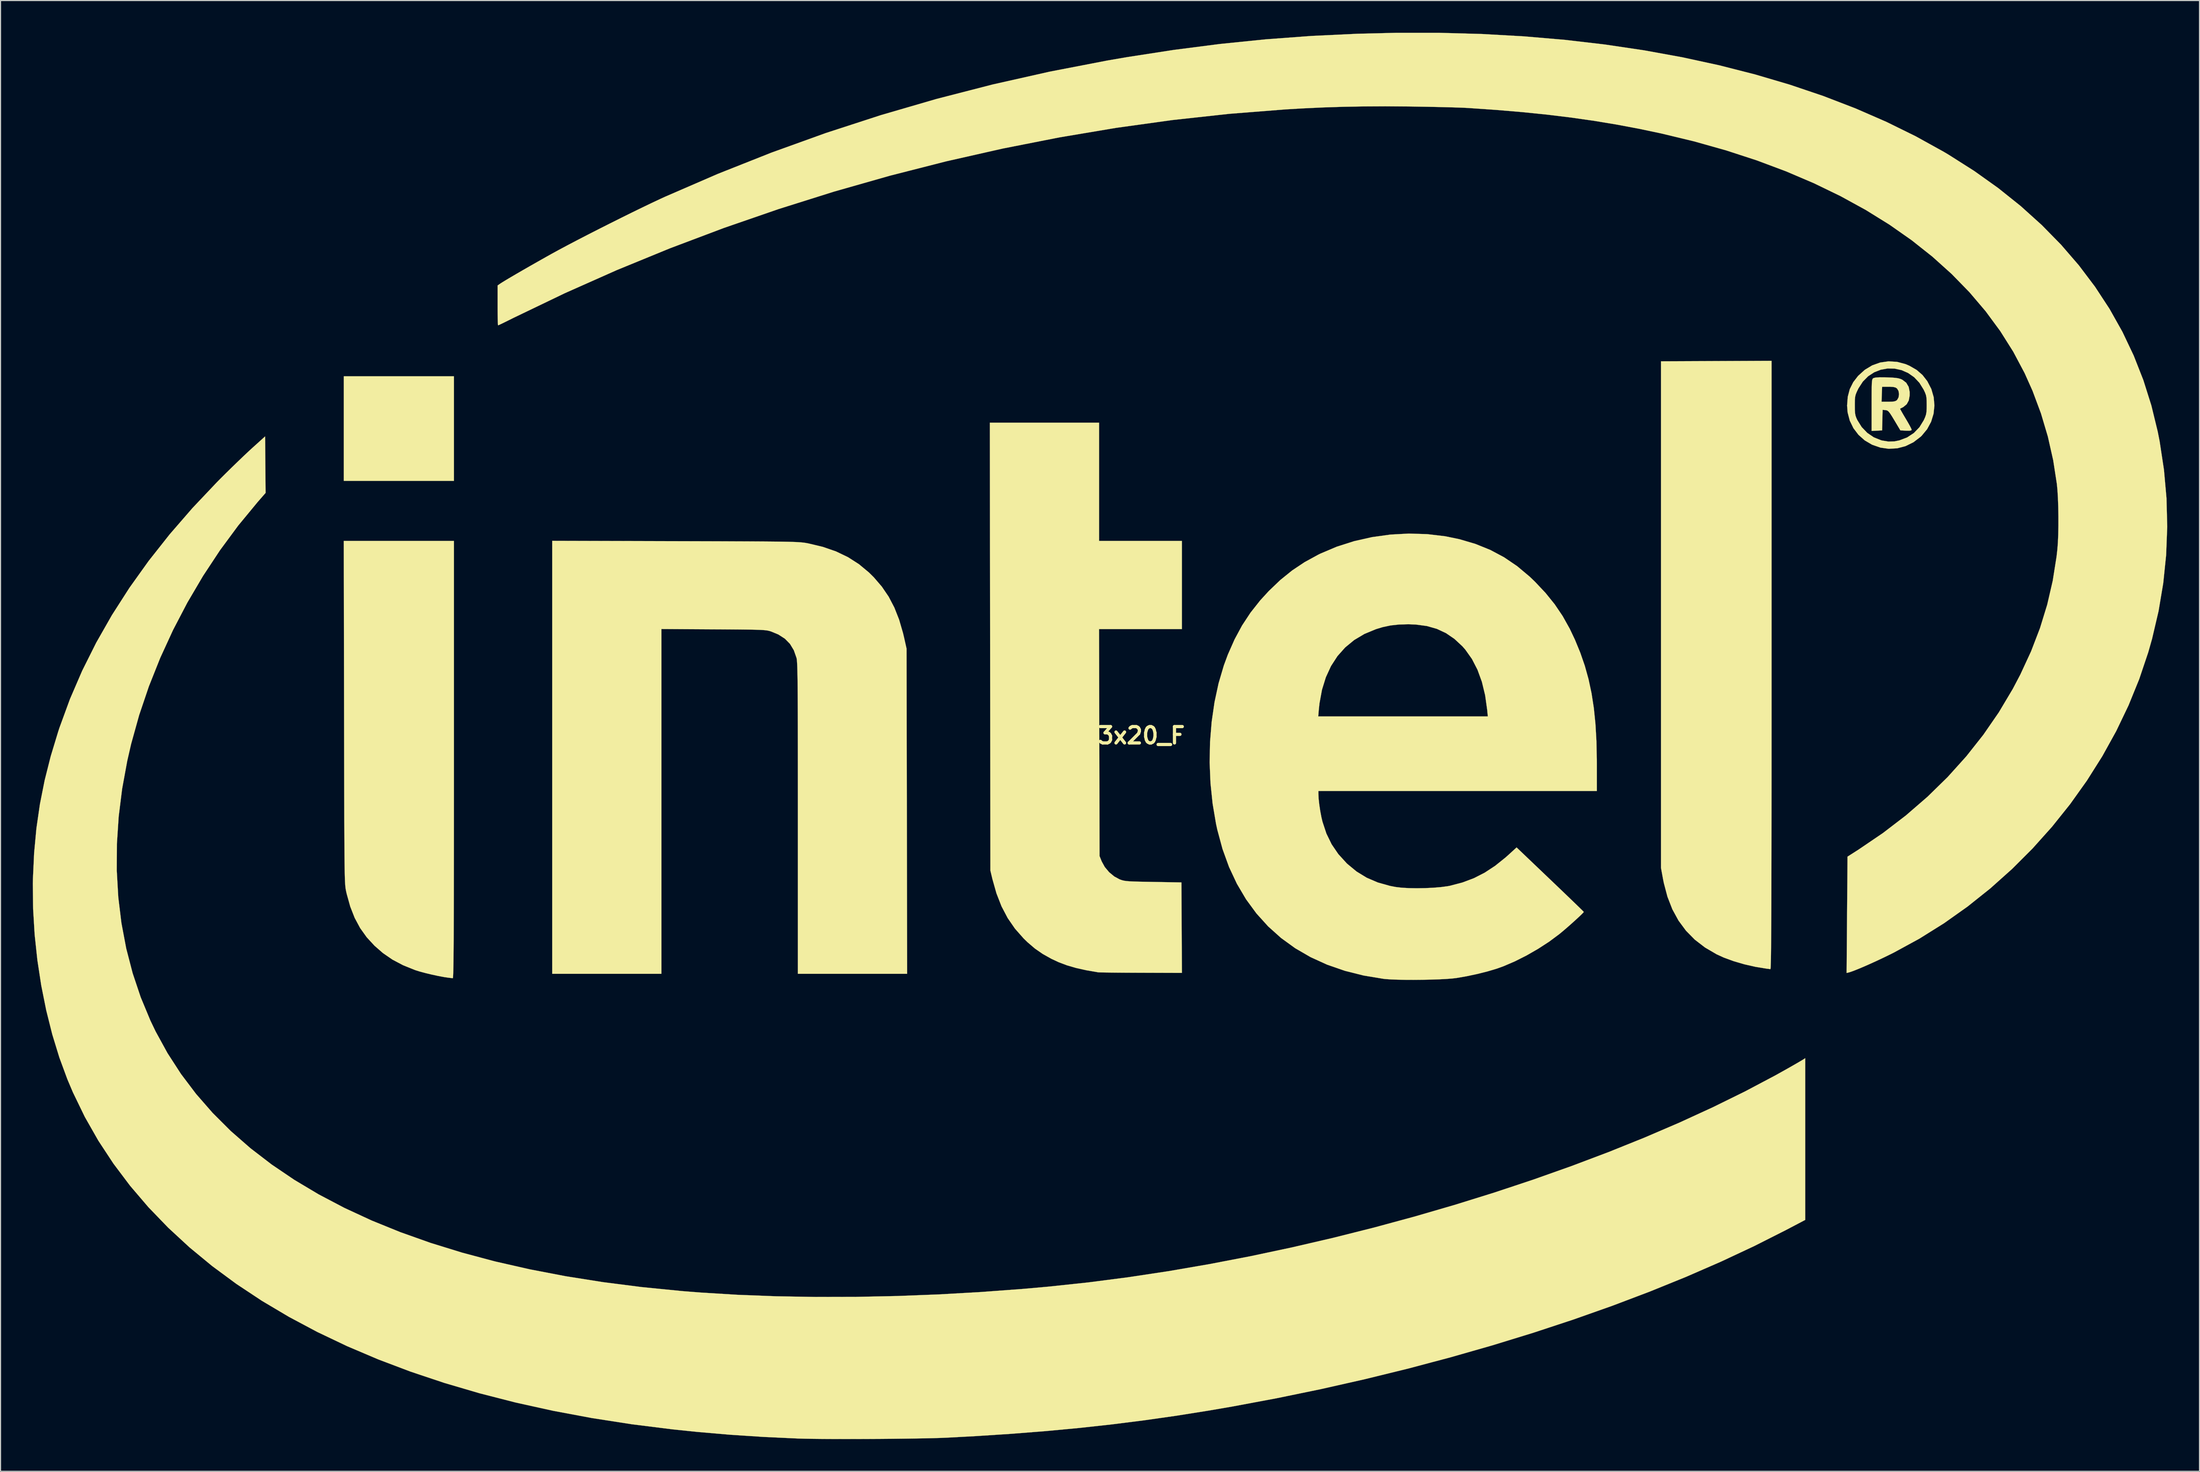
<source format=kicad_pcb>
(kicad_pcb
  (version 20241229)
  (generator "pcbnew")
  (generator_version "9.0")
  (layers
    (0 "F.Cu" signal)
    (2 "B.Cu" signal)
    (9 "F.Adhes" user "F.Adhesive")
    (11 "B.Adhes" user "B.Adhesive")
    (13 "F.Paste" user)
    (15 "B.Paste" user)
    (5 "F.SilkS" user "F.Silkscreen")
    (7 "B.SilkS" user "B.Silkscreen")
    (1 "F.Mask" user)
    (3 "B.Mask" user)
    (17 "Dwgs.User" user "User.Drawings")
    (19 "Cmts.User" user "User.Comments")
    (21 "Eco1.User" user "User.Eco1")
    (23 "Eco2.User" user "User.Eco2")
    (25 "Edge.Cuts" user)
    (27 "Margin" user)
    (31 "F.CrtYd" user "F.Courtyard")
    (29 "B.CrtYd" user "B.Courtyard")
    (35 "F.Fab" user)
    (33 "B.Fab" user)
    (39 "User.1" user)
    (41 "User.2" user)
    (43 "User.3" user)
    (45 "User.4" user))
  (footprint "intel_13x20_F"
    (layer "F.Cu")
    (at 99.299 65.424)
    (property "Reference" "intel_13x20_F" (at 0 0 0) (layer "F.SilkS") (effects (font (size 1.524 1.524) (thickness 0.3))))
    (attr through_hole)
    (fp_poly (pts (xy -60.113 -23.707) (xy -70.358 -23.707) (xy -70.358 -33.443) (xy -60.113 -33.443) (xy -60.113 -23.707)) (stroke (width 0.01) (type solid)) (fill yes) (layer "F.SilkS"))
    (fp_poly (pts (xy 62.484 -6.562) (xy 62.484 -3.874) (xy 62.484 -1.351) (xy 62.483 1.012) (xy 62.482 3.219) (xy 62.481 5.276) (xy 62.48 7.186) (xy 62.478 8.954) (xy 62.476 10.585) (xy 62.473 12.083) (xy 62.47 13.453) (xy 62.467 14.699) (xy 62.464 15.827) (xy 62.46 16.84) (xy 62.455 17.743) (xy 62.45 18.541) (xy 62.445 19.238) (xy 62.439 19.839) (xy 62.433 20.349) (xy 62.426 20.771) (xy 62.418 21.112) (xy 62.41 21.374) (xy 62.402 21.564) (xy 62.393 21.684) (xy 62.383 21.741) (xy 62.378 21.747) (xy 62.221 21.727) (xy 62.018 21.702) (xy 60.99 21.534) (xy 59.956 21.299) (xy 58.961 21.008) (xy 58.051 20.675) (xy 57.374 20.366) (xy 56.293 19.733) (xy 55.344 19.003) (xy 54.524 18.17) (xy 53.829 17.23) (xy 53.255 16.178) (xy 52.799 15.008) (xy 52.458 13.716) (xy 52.383 13.335) (xy 52.197 12.319) (xy 52.197 -34.84) (xy 57.34 -34.862) (xy 62.484 -34.884) (xy 62.484 -6.562)) (stroke (width 0.01) (type solid)) (fill yes) (layer "F.SilkS"))
    (fp_poly (pts (xy -0.085 -18.119) (xy 7.62 -18.119) (xy 7.62 -9.906) (xy -0.088 -9.906) (xy -0.065 0.656) (xy -0.042 11.218) (xy 0.16 11.72) (xy 0.446 12.242) (xy 0.851 12.724) (xy 1.331 13.122) (xy 1.82 13.386) (xy 1.971 13.442) (xy 2.119 13.487) (xy 2.285 13.522) (xy 2.491 13.55) (xy 2.758 13.571) (xy 3.107 13.588) (xy 3.559 13.602) (xy 4.136 13.614) (xy 4.858 13.627) (xy 4.953 13.629) (xy 7.578 13.674) (xy 7.6 17.886) (xy 7.622 22.098) (xy 3.832 22.086) (xy 3.04 22.083) (xy 2.294 22.079) (xy 1.614 22.074) (xy 1.017 22.068) (xy 0.521 22.062) (xy 0.145 22.055) (xy -0.093 22.048) (xy -0.169 22.043) (xy -1.263 21.855) (xy -2.219 21.642) (xy -3.069 21.395) (xy -3.844 21.103) (xy -4.518 20.789) (xy -5.331 20.333) (xy -6.054 19.832) (xy -6.745 19.241) (xy -7.112 18.884) (xy -7.909 17.981) (xy -8.59 16.993) (xy -9.162 15.903) (xy -9.633 14.697) (xy -10.011 13.36) (xy -10.013 13.351) (xy -10.198 12.573) (xy -10.223 -8.276) (xy -10.247 -29.125) (xy -0.085 -29.125) (xy -0.085 -18.119)) (stroke (width 0.01) (type solid)) (fill yes) (layer "F.SilkS"))
    (fp_poly (pts (xy -60.113 2.244) (xy -60.113 4.511) (xy -60.114 6.614) (xy -60.115 8.559) (xy -60.116 10.35) (xy -60.118 11.994) (xy -60.12 13.495) (xy -60.122 14.859) (xy -60.125 16.092) (xy -60.129 17.198) (xy -60.133 18.184) (xy -60.138 19.054) (xy -60.143 19.814) (xy -60.149 20.47) (xy -60.155 21.026) (xy -60.163 21.488) (xy -60.171 21.861) (xy -60.18 22.152) (xy -60.189 22.364) (xy -60.199 22.505) (xy -60.211 22.578) (xy -60.219 22.592) (xy -60.371 22.574) (xy -60.6 22.548) (xy -60.621 22.546) (xy -61.06 22.481) (xy -61.603 22.378) (xy -62.197 22.249) (xy -62.787 22.107) (xy -63.317 21.964) (xy -63.72 21.837) (xy -64.841 21.386) (xy -65.831 20.863) (xy -66.723 20.249) (xy -67.499 19.572) (xy -68.228 18.781) (xy -68.84 17.924) (xy -69.347 16.979) (xy -69.76 15.926) (xy -70.09 14.742) (xy -70.129 14.569) (xy -70.151 14.469) (xy -70.171 14.37) (xy -70.189 14.264) (xy -70.205 14.143) (xy -70.22 14) (xy -70.234 13.827) (xy -70.246 13.617) (xy -70.257 13.363) (xy -70.267 13.057) (xy -70.275 12.691) (xy -70.283 12.258) (xy -70.29 11.751) (xy -70.296 11.162) (xy -70.301 10.483) (xy -70.306 9.707) (xy -70.31 8.827) (xy -70.314 7.834) (xy -70.317 6.723) (xy -70.321 5.484) (xy -70.324 4.111) (xy -70.327 2.596) (xy -70.33 0.932) (xy -70.333 -0.89) (xy -70.335 -2.18) (xy -70.361 -18.119) (xy -60.113 -18.119) (xy -60.113 2.244)) (stroke (width 0.01) (type solid)) (fill yes) (layer "F.SilkS"))
    (fp_poly (pts (xy 73.054 -33.347) (xy 73.228 -33.342) (xy 73.703 -33.322) (xy 74.047 -33.293) (xy 74.3 -33.252) (xy 74.501 -33.19) (xy 74.662 -33.115) (xy 75.015 -32.843) (xy 75.242 -32.46) (xy 75.339 -31.973) (xy 75.336 -31.652) (xy 75.252 -31.193) (xy 75.061 -30.845) (xy 74.741 -30.578) (xy 74.44 -30.427) (xy 74.472 -30.356) (xy 74.576 -30.167) (xy 74.736 -29.888) (xy 74.938 -29.547) (xy 74.969 -29.496) (xy 75.179 -29.138) (xy 75.353 -28.827) (xy 75.473 -28.594) (xy 75.522 -28.47) (xy 75.523 -28.465) (xy 75.472 -28.403) (xy 75.304 -28.376) (xy 74.998 -28.38) (xy 74.473 -28.406) (xy 73.918 -29.337) (xy 73.684 -29.724) (xy 73.513 -29.988) (xy 73.383 -30.153) (xy 73.273 -30.244) (xy 73.163 -30.284) (xy 73.091 -30.295) (xy 72.819 -30.321) (xy 72.795 -29.363) (xy 72.771 -28.406) (xy 72.284 -28.38) (xy 71.797 -28.355) (xy 71.797 -30.769) (xy 71.797 -31.073) (xy 72.722 -31.073) (xy 73.36 -31.073) (xy 73.711 -31.081) (xy 73.938 -31.112) (xy 74.087 -31.175) (xy 74.168 -31.242) (xy 74.301 -31.477) (xy 74.344 -31.78) (xy 74.298 -32.079) (xy 74.162 -32.305) (xy 74.159 -32.308) (xy 74.018 -32.399) (xy 73.815 -32.45) (xy 73.506 -32.469) (xy 73.376 -32.47) (xy 72.771 -32.47) (xy 72.722 -31.073) (xy 71.797 -31.073) (xy 71.798 -31.471) (xy 71.8 -32.023) (xy 71.804 -32.443) (xy 71.813 -32.751) (xy 71.828 -32.966) (xy 71.85 -33.107) (xy 71.88 -33.193) (xy 71.921 -33.244) (xy 71.972 -33.277) (xy 71.979 -33.281) (xy 72.173 -33.327) (xy 72.532 -33.35) (xy 73.054 -33.347)) (stroke (width 0.01) (type solid)) (fill yes) (layer "F.SilkS"))
    (fp_poly (pts (xy -39.518 -18.095) (xy -37.894 -18.091) (xy -36.431 -18.087) (xy -35.118 -18.083) (xy -33.948 -18.078) (xy -32.911 -18.074) (xy -31.997 -18.069) (xy -31.198 -18.064) (xy -30.505 -18.058) (xy -29.908 -18.052) (xy -29.398 -18.044) (xy -28.967 -18.035) (xy -28.605 -18.025) (xy -28.303 -18.014) (xy -28.052 -18) (xy -27.843 -17.985) (xy -27.666 -17.969) (xy -27.514 -17.95) (xy -27.375 -17.929) (xy -27.243 -17.905) (xy -27.136 -17.885) (xy -25.786 -17.563) (xy -24.562 -17.139) (xy -23.449 -16.605) (xy -22.432 -15.954) (xy -21.497 -15.178) (xy -21.039 -14.724) (xy -20.297 -13.859) (xy -19.665 -12.929) (xy -19.134 -11.913) (xy -18.691 -10.79) (xy -18.327 -9.538) (xy -18.224 -9.102) (xy -17.997 -8.086) (xy -17.971 7.048) (xy -17.945 22.183) (xy -28.109 22.183) (xy -28.109 7.722) (xy -28.109 5.861) (xy -28.11 4.162) (xy -28.111 2.617) (xy -28.112 1.219) (xy -28.114 -0.04) (xy -28.116 -1.166) (xy -28.119 -2.168) (xy -28.123 -3.053) (xy -28.128 -3.829) (xy -28.133 -4.502) (xy -28.139 -5.08) (xy -28.147 -5.572) (xy -28.155 -5.983) (xy -28.164 -6.323) (xy -28.175 -6.597) (xy -28.187 -6.815) (xy -28.2 -6.982) (xy -28.214 -7.107) (xy -28.23 -7.197) (xy -28.236 -7.224) (xy -28.488 -7.94) (xy -28.847 -8.534) (xy -29.323 -9.018) (xy -29.929 -9.407) (xy -30.589 -9.681) (xy -30.706 -9.719) (xy -30.826 -9.751) (xy -30.963 -9.779) (xy -31.131 -9.801) (xy -31.345 -9.82) (xy -31.619 -9.835) (xy -31.967 -9.847) (xy -32.405 -9.857) (xy -32.945 -9.865) (xy -33.603 -9.872) (xy -34.394 -9.878) (xy -35.33 -9.884) (xy -35.962 -9.887) (xy -40.809 -9.915) (xy -40.809 22.183) (xy -50.969 22.183) (xy -50.969 -18.126) (xy -39.518 -18.095)) (stroke (width 0.01) (type solid)) (fill yes) (layer "F.SilkS"))
    (fp_poly (pts (xy 74.162 -34.788) (xy 74.953 -34.577) (xy 75.311 -34.424) (xy 75.983 -34.036) (xy 76.529 -33.563) (xy 76.977 -32.987) (xy 77.351 -32.262) (xy 77.571 -31.5) (xy 77.639 -30.723) (xy 77.558 -29.953) (xy 77.332 -29.212) (xy 76.961 -28.522) (xy 76.45 -27.904) (xy 76.355 -27.814) (xy 75.689 -27.305) (xy 74.96 -26.946) (xy 74.186 -26.74) (xy 73.387 -26.694) (xy 72.613 -26.804) (xy 71.84 -27.073) (xy 71.155 -27.476) (xy 70.572 -27.995) (xy 70.103 -28.613) (xy 69.762 -29.314) (xy 69.562 -30.08) (xy 69.513 -30.722) (xy 69.515 -30.738) (xy 70.232 -30.738) (xy 70.236 -30.318) (xy 70.255 -30.018) (xy 70.297 -29.786) (xy 70.371 -29.573) (xy 70.468 -29.363) (xy 70.872 -28.716) (xy 71.389 -28.177) (xy 71.998 -27.762) (xy 72.676 -27.489) (xy 72.771 -27.465) (xy 73.366 -27.367) (xy 73.928 -27.386) (xy 74.383 -27.479) (xy 75.097 -27.749) (xy 75.722 -28.159) (xy 76.243 -28.697) (xy 76.645 -29.35) (xy 76.651 -29.362) (xy 76.777 -29.643) (xy 76.856 -29.877) (xy 76.899 -30.12) (xy 76.917 -30.429) (xy 76.92 -30.778) (xy 76.915 -31.181) (xy 76.895 -31.471) (xy 76.849 -31.702) (xy 76.764 -31.931) (xy 76.638 -32.199) (xy 76.239 -32.842) (xy 75.749 -33.36) (xy 75.19 -33.751) (xy 74.58 -34.017) (xy 73.939 -34.157) (xy 73.288 -34.17) (xy 72.647 -34.056) (xy 72.035 -33.816) (xy 71.473 -33.448) (xy 70.98 -32.952) (xy 70.576 -32.329) (xy 70.55 -32.278) (xy 70.407 -31.979) (xy 70.314 -31.745) (xy 70.262 -31.524) (xy 70.238 -31.26) (xy 70.232 -30.9) (xy 70.232 -30.738) (xy 69.515 -30.738) (xy 69.575 -31.535) (xy 69.763 -32.25) (xy 70.085 -32.895) (xy 70.534 -33.477) (xy 71.158 -34.043) (xy 71.85 -34.461) (xy 72.593 -34.726) (xy 73.369 -34.836) (xy 74.162 -34.788)) (stroke (width 0.01) (type solid)) (fill yes) (layer "F.SilkS"))
    (fp_poly (pts (xy 30.446 -18.749) (xy 32.119 -18.551) (xy 33.43 -18.281) (xy 34.924 -17.841) (xy 36.306 -17.283) (xy 37.597 -16.595) (xy 38.815 -15.768) (xy 39.981 -14.79) (xy 40.479 -14.312) (xy 41.461 -13.268) (xy 42.307 -12.219) (xy 43.047 -11.123) (xy 43.709 -9.938) (xy 44.191 -8.921) (xy 44.689 -7.71) (xy 45.111 -6.49) (xy 45.458 -5.239) (xy 45.736 -3.936) (xy 45.949 -2.56) (xy 46.099 -1.091) (xy 46.19 0.494) (xy 46.227 2.215) (xy 46.228 2.596) (xy 46.228 5.165) (xy 20.32 5.165) (xy 20.321 5.44) (xy 20.343 5.885) (xy 20.404 6.432) (xy 20.493 7.024) (xy 20.601 7.598) (xy 20.702 8.025) (xy 21.068 9.132) (xy 21.556 10.13) (xy 22.178 11.041) (xy 22.946 11.885) (xy 23.014 11.95) (xy 23.874 12.661) (xy 24.814 13.236) (xy 25.847 13.68) (xy 26.985 13.999) (xy 27.514 14.101) (xy 28.066 14.166) (xy 28.739 14.205) (xy 29.489 14.217) (xy 30.271 14.204) (xy 31.04 14.167) (xy 31.75 14.107) (xy 32.357 14.025) (xy 32.578 13.982) (xy 33.726 13.68) (xy 34.787 13.281) (xy 35.79 12.769) (xy 36.765 12.129) (xy 37.741 11.345) (xy 38.055 11.064) (xy 38.762 10.417) (xy 41.881 13.394) (xy 42.487 13.973) (xy 43.055 14.517) (xy 43.573 15.014) (xy 44.029 15.454) (xy 44.413 15.825) (xy 44.711 16.115) (xy 44.914 16.315) (xy 45.009 16.412) (xy 45.014 16.419) (xy 44.96 16.493) (xy 44.8 16.657) (xy 44.556 16.889) (xy 44.252 17.17) (xy 43.91 17.479) (xy 43.552 17.796) (xy 43.201 18.099) (xy 42.88 18.369) (xy 42.714 18.504) (xy 41.788 19.192) (xy 40.764 19.857) (xy 39.687 20.476) (xy 38.599 21.024) (xy 37.545 21.477) (xy 36.915 21.704) (xy 36.063 21.958) (xy 35.104 22.199) (xy 34.102 22.412) (xy 33.173 22.573) (xy 32.744 22.623) (xy 32.179 22.665) (xy 31.508 22.699) (xy 30.765 22.723) (xy 29.981 22.739) (xy 29.188 22.746) (xy 28.419 22.743) (xy 27.706 22.729) (xy 27.08 22.706) (xy 26.575 22.671) (xy 26.388 22.651) (xy 24.53 22.343) (xy 22.776 21.902) (xy 21.13 21.331) (xy 19.592 20.63) (xy 18.163 19.801) (xy 16.847 18.847) (xy 15.645 17.768) (xy 14.558 16.566) (xy 13.588 15.243) (xy 12.737 13.8) (xy 12.006 12.24) (xy 11.399 10.563) (xy 10.916 8.772) (xy 10.796 8.22) (xy 10.479 6.342) (xy 10.281 4.432) (xy 10.202 2.51) (xy 10.239 0.598) (xy 10.391 -1.283) (xy 10.463 -1.778) (xy 20.306 -1.778) (xy 36.085 -1.778) (xy 36.026 -2.392) (xy 35.835 -3.751) (xy 35.534 -4.997) (xy 35.124 -6.124) (xy 34.608 -7.127) (xy 33.988 -8.002) (xy 33.712 -8.314) (xy 32.977 -8.997) (xy 32.192 -9.534) (xy 31.341 -9.931) (xy 30.407 -10.196) (xy 29.376 -10.333) (xy 28.702 -10.358) (xy 27.824 -10.335) (xy 27.045 -10.25) (xy 26.304 -10.093) (xy 25.671 -9.901) (xy 24.603 -9.458) (xy 23.649 -8.89) (xy 22.813 -8.201) (xy 22.094 -7.393) (xy 21.494 -6.467) (xy 21.015 -5.425) (xy 20.657 -4.269) (xy 20.424 -3.002) (xy 20.363 -2.434) (xy 20.306 -1.778) (xy 10.463 -1.778) (xy 10.656 -3.111) (xy 11.034 -4.866) (xy 11.523 -6.525) (xy 11.895 -7.532) (xy 12.523 -8.953) (xy 13.219 -10.245) (xy 14.007 -11.442) (xy 14.906 -12.58) (xy 15.704 -13.451) (xy 16.776 -14.477) (xy 17.873 -15.364) (xy 19.035 -16.14) (xy 20.304 -16.835) (xy 20.507 -16.935) (xy 22.036 -17.583) (xy 23.647 -18.096) (xy 25.316 -18.472) (xy 27.021 -18.708) (xy 28.739 -18.801) (xy 30.446 -18.749)) (stroke (width 0.01) (type solid)) (fill yes) (layer "F.SilkS"))
    (fp_poly (pts (xy -77.637 -22.586) (xy -78.385 -21.728) (xy -80.183 -19.548) (xy -81.876 -17.253) (xy -83.456 -14.858) (xy -84.915 -12.378) (xy -86.246 -9.828) (xy -87.443 -7.221) (xy -88.497 -4.574) (xy -89.401 -1.9) (xy -90.148 0.786) (xy -90.508 2.354) (xy -90.984 4.957) (xy -91.305 7.535) (xy -91.472 10.08) (xy -91.484 12.587) (xy -91.343 15.052) (xy -91.049 17.467) (xy -90.603 19.829) (xy -90.005 22.13) (xy -89.256 24.366) (xy -88.356 26.532) (xy -87.868 27.55) (xy -86.761 29.57) (xy -85.508 31.508) (xy -84.108 33.362) (xy -82.563 35.133) (xy -80.874 36.82) (xy -79.042 38.422) (xy -77.068 39.939) (xy -74.952 41.371) (xy -72.696 42.717) (xy -70.301 43.976) (xy -67.767 45.149) (xy -65.096 46.234) (xy -62.289 47.232) (xy -59.346 48.141) (xy -56.269 48.962) (xy -53.058 49.693) (xy -49.715 50.335) (xy -46.24 50.886) (xy -42.635 51.347) (xy -38.9 51.717) (xy -37.169 51.854) (xy -33.734 52.064) (xy -30.166 52.201) (xy -26.487 52.266) (xy -22.715 52.258) (xy -18.87 52.178) (xy -14.975 52.027) (xy -11.047 51.804) (xy -7.108 51.511) (xy -4.784 51.304) (xy -1.114 50.914) (xy 2.613 50.432) (xy 6.384 49.862) (xy 10.187 49.206) (xy 14.01 48.47) (xy 17.842 47.655) (xy 21.669 46.767) (xy 25.48 45.808) (xy 29.262 44.782) (xy 33.004 43.693) (xy 36.693 42.545) (xy 40.317 41.34) (xy 43.863 40.082) (xy 47.321 38.776) (xy 50.677 37.424) (xy 53.919 36.031) (xy 57.035 34.599) (xy 60.014 33.133) (xy 62.842 31.636) (xy 63.966 31.008) (xy 64.397 30.762) (xy 64.789 30.537) (xy 65.112 30.349) (xy 65.338 30.216) (xy 65.426 30.162) (xy 65.617 30.037) (xy 65.617 45.094) (xy 63.804 46.047) (xy 60.863 47.533) (xy 57.766 48.984) (xy 54.525 50.397) (xy 51.148 51.768) (xy 47.647 53.095) (xy 44.032 54.373) (xy 40.314 55.6) (xy 36.504 56.772) (xy 32.611 57.886) (xy 28.647 58.939) (xy 24.621 59.927) (xy 20.545 60.848) (xy 16.428 61.697) (xy 12.283 62.472) (xy 10.033 62.858) (xy 7.054 63.331) (xy 4.082 63.754) (xy 1.091 64.131) (xy -1.945 64.463) (xy -5.05 64.754) (xy -8.251 65.006) (xy -11.573 65.222) (xy -14.266 65.366) (xy -14.822 65.389) (xy -15.525 65.41) (xy -16.353 65.428) (xy -17.284 65.445) (xy -18.296 65.459) (xy -19.367 65.471) (xy -20.473 65.48) (xy -21.595 65.486) (xy -22.708 65.49) (xy -23.792 65.491) (xy -24.823 65.489) (xy -25.78 65.484) (xy -26.641 65.475) (xy -27.383 65.464) (xy -27.985 65.448) (xy -28.109 65.444) (xy -31.311 65.296) (xy -34.411 65.093) (xy -37.468 64.83) (xy -39.751 64.594) (xy -43.569 64.116) (xy -47.279 63.539) (xy -50.879 62.865) (xy -54.366 62.095) (xy -57.739 61.23) (xy -60.996 60.272) (xy -64.135 59.222) (xy -67.153 58.08) (xy -70.048 56.849) (xy -72.818 55.529) (xy -75.461 54.121) (xy -77.976 52.628) (xy -80.359 51.049) (xy -82.61 49.387) (xy -84.724 47.642) (xy -86.702 45.815) (xy -88.54 43.909) (xy -90.237 41.923) (xy -91.789 39.86) (xy -93.196 37.721) (xy -94.456 35.506) (xy -95.565 33.217) (xy -96.079 32.004) (xy -96.826 29.977) (xy -97.484 27.829) (xy -98.046 25.586) (xy -98.51 23.271) (xy -98.871 20.911) (xy -99.125 18.53) (xy -99.267 16.153) (xy -99.294 13.805) (xy -99.285 13.335) (xy -99.174 10.935) (xy -98.96 8.632) (xy -98.635 6.389) (xy -98.194 4.167) (xy -97.63 1.928) (xy -96.935 -0.365) (xy -96.819 -0.72) (xy -95.84 -3.395) (xy -94.701 -6.035) (xy -93.399 -8.64) (xy -91.935 -11.211) (xy -90.308 -13.749) (xy -88.517 -16.256) (xy -86.56 -18.733) (xy -84.438 -21.181) (xy -82.15 -23.6) (xy -81.873 -23.88) (xy -81.344 -24.407) (xy -80.785 -24.956) (xy -80.227 -25.497) (xy -79.699 -26.003) (xy -79.232 -26.444) (xy -78.867 -26.779) (xy -77.682 -27.848) (xy -77.637 -22.586)) (stroke (width 0.01) (type solid)) (fill yes) (layer "F.SilkS"))
    (fp_poly (pts (xy 35.528 -65.31) (xy 39.423 -65.092) (xy 43.238 -64.766) (xy 46.968 -64.332) (xy 50.609 -63.792) (xy 54.154 -63.147) (xy 57.6 -62.399) (xy 60.941 -61.547) (xy 64.172 -60.594) (xy 67.289 -59.54) (xy 70.286 -58.386) (xy 73.158 -57.135) (xy 75.901 -55.785) (xy 78.51 -54.34) (xy 78.952 -54.077) (xy 81.34 -52.56) (xy 83.582 -50.961) (xy 85.678 -49.282) (xy 87.626 -47.524) (xy 89.426 -45.688) (xy 91.077 -43.775) (xy 92.579 -41.785) (xy 93.931 -39.721) (xy 95.132 -37.582) (xy 96.182 -35.369) (xy 97.08 -33.084) (xy 97.824 -30.728) (xy 98.415 -28.3) (xy 98.594 -27.39) (xy 98.997 -24.737) (xy 99.233 -22.086) (xy 99.3 -19.44) (xy 99.199 -16.805) (xy 98.93 -14.185) (xy 98.494 -11.583) (xy 97.891 -9.004) (xy 97.534 -7.747) (xy 96.696 -5.254) (xy 95.7 -2.806) (xy 94.552 -0.409) (xy 93.259 1.927) (xy 91.828 4.195) (xy 90.266 6.387) (xy 88.58 8.494) (xy 86.777 10.508) (xy 84.863 12.422) (xy 82.845 14.227) (xy 80.731 15.916) (xy 78.527 17.479) (xy 76.24 18.91) (xy 73.877 20.199) (xy 73.66 20.308) (xy 73.038 20.613) (xy 72.398 20.917) (xy 71.765 21.207) (xy 71.165 21.473) (xy 70.624 21.703) (xy 70.168 21.886) (xy 69.823 22.011) (xy 69.681 22.053) (xy 69.469 22.106) (xy 69.511 16.69) (xy 69.554 11.273) (xy 70.57 10.624) (xy 72.848 9.077) (xy 74.992 7.433) (xy 77 5.694) (xy 78.87 3.864) (xy 80.599 1.944) (xy 82.187 -0.065) (xy 83.631 -2.159) (xy 84.928 -4.337) (xy 85.633 -5.678) (xy 86.632 -7.839) (xy 87.464 -10.006) (xy 88.135 -12.191) (xy 88.647 -14.407) (xy 89.004 -16.666) (xy 89.077 -17.314) (xy 89.126 -17.944) (xy 89.159 -18.699) (xy 89.175 -19.537) (xy 89.175 -20.415) (xy 89.16 -21.291) (xy 89.13 -22.121) (xy 89.085 -22.863) (xy 89.033 -23.41) (xy 88.691 -25.625) (xy 88.195 -27.827) (xy 87.552 -29.99) (xy 86.77 -32.088) (xy 86.031 -33.74) (xy 84.973 -35.733) (xy 83.763 -37.653) (xy 82.404 -39.499) (xy 80.898 -41.269) (xy 79.248 -42.962) (xy 77.456 -44.576) (xy 75.523 -46.109) (xy 73.452 -47.561) (xy 71.246 -48.93) (xy 68.907 -50.214) (xy 66.436 -51.412) (xy 63.836 -52.522) (xy 61.11 -53.543) (xy 58.259 -54.473) (xy 55.286 -55.311) (xy 52.239 -56.046) (xy 50.163 -56.484) (xy 48.086 -56.875) (xy 45.985 -57.223) (xy 43.835 -57.53) (xy 41.613 -57.801) (xy 39.295 -58.037) (xy 36.858 -58.242) (xy 34.278 -58.42) (xy 34.205 -58.424) (xy 33.83 -58.443) (xy 33.31 -58.462) (xy 32.669 -58.482) (xy 31.932 -58.501) (xy 31.122 -58.52) (xy 30.265 -58.536) (xy 29.385 -58.551) (xy 28.66 -58.561) (xy 26.546 -58.576) (xy 24.553 -58.566) (xy 22.636 -58.532) (xy 20.749 -58.471) (xy 18.844 -58.382) (xy 17.272 -58.29) (xy 12.042 -57.878) (xy 6.784 -57.304) (xy 1.508 -56.572) (xy -3.774 -55.684) (xy -9.052 -54.644) (xy -14.315 -53.453) (xy -19.551 -52.116) (xy -24.75 -50.635) (xy -29.9 -49.013) (xy -34.991 -47.254) (xy -40.012 -45.359) (xy -44.951 -43.333) (xy -49.797 -41.178) (xy -54.54 -38.897) (xy -54.63 -38.852) (xy -55.064 -38.636) (xy -55.444 -38.449) (xy -55.744 -38.304) (xy -55.94 -38.212) (xy -56.006 -38.185) (xy -56.019 -38.265) (xy -56.03 -38.491) (xy -56.039 -38.838) (xy -56.046 -39.281) (xy -56.049 -39.797) (xy -56.049 -40.042) (xy -56.049 -41.898) (xy -55.816 -42.062) (xy -55.613 -42.194) (xy -55.279 -42.398) (xy -54.833 -42.663) (xy -54.292 -42.98) (xy -53.676 -43.337) (xy -53 -43.725) (xy -52.284 -44.132) (xy -51.546 -44.549) (xy -51.012 -44.848) (xy -50.344 -45.214) (xy -49.549 -45.639) (xy -48.653 -46.109) (xy -47.68 -46.612) (xy -46.656 -47.135) (xy -45.608 -47.664) (xy -44.561 -48.188) (xy -43.542 -48.692) (xy -42.574 -49.164) (xy -41.686 -49.591) (xy -40.901 -49.96) (xy -40.471 -50.157) (xy -35.548 -52.291) (xy -30.561 -54.269) (xy -25.51 -56.09) (xy -20.395 -57.754) (xy -15.216 -59.262) (xy -9.974 -60.612) (xy -4.668 -61.806) (xy 0.701 -62.843) (xy 2.508 -63.154) (xy 6.87 -63.828) (xy 11.158 -64.38) (xy 15.411 -64.812) (xy 19.669 -65.128) (xy 23.969 -65.332) (xy 27.517 -65.418) (xy 31.557 -65.419) (xy 35.528 -65.31)) (stroke (width 0.01) (type solid)) (fill yes) (layer "F.SilkS")))
  (gr_rect
    (start -3 -3)
    (end 201.603 133.92)
    (stroke (width 0.1) (type default))
    (fill no)
    (layer "Edge.Cuts")))
</source>
